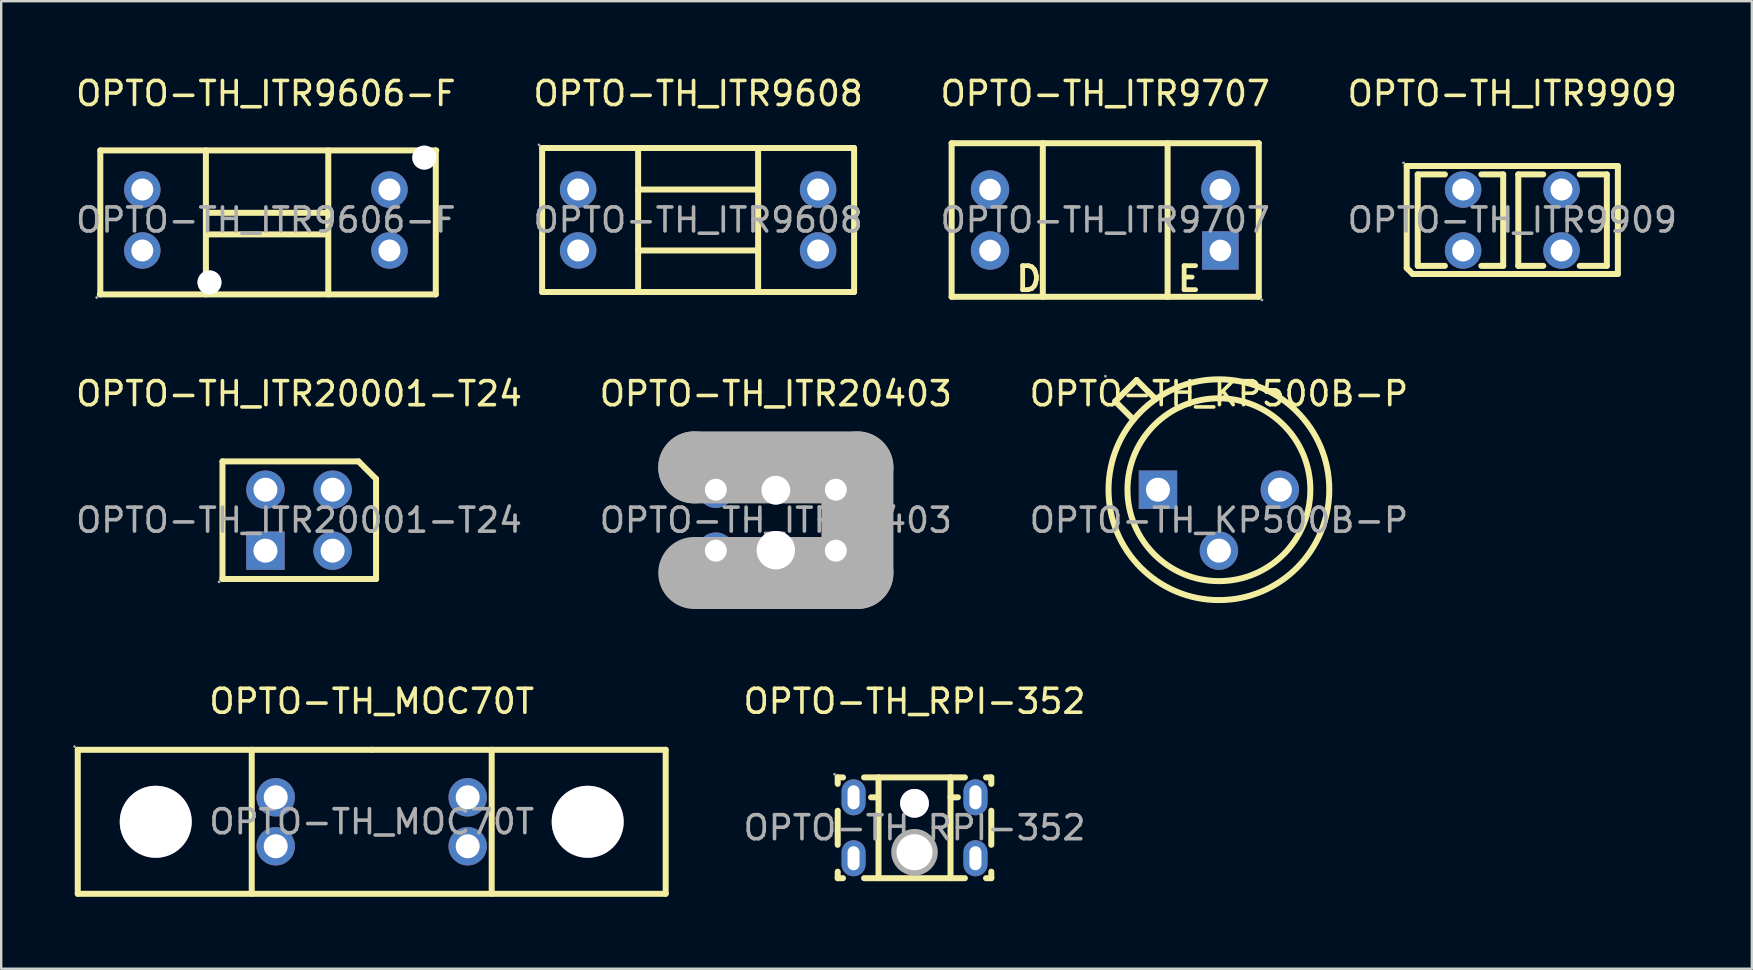
<source format=kicad_pcb>
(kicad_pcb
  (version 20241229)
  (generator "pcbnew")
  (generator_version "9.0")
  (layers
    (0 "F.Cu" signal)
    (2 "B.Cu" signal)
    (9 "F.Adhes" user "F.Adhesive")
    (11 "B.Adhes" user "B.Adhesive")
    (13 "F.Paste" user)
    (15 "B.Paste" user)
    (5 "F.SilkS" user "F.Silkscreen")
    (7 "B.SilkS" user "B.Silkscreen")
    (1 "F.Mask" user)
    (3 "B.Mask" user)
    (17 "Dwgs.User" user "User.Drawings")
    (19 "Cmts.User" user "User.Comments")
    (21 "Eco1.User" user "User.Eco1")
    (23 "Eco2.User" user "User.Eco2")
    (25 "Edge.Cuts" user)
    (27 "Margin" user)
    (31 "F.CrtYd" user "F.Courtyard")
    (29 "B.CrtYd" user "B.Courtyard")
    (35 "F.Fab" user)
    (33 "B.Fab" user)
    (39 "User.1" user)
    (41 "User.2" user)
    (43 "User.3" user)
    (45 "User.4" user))
  (footprint "OPTO-TH_ITR9608"
    (layer "F.Cu")
    (at 26.042 6.118)
    (property "Reference" "OPTO-TH_ITR9608" (at 0 -5.27 0) (layer "F.SilkS") (effects (font (size 1 1) (thickness 0.15))))
    (attr through_hole)
    (fp_line (start -6.5 -3) (end -6.5 3) (stroke (width 0.25) (type solid)) (layer "F.SilkS"))
    (fp_line (start -6.5 -3) (end 6.5 -3) (stroke (width 0.25) (type solid)) (layer "F.SilkS"))
    (fp_line (start -2.5 -3) (end -2.5 3) (stroke (width 0.25) (type solid)) (layer "F.SilkS"))
    (fp_line (start -2.5 -1.27) (end 2.5 -1.27) (stroke (width 0.25) (type solid)) (layer "F.SilkS"))
    (fp_line (start -2.5 1.27) (end 2.5 1.27) (stroke (width 0.25) (type solid)) (layer "F.SilkS"))
    (fp_line (start 2.5 -3) (end 2.5 3) (stroke (width 0.25) (type solid)) (layer "F.SilkS"))
    (fp_line (start 6.5 -3) (end 6.5 3) (stroke (width 0.25) (type solid)) (layer "F.SilkS"))
    (fp_line (start 6.5 3) (end -6.5 3) (stroke (width 0.25) (type solid)) (layer "F.SilkS"))
    (fp_circle (center -6.63 -3.13) (end -6.6 -3.13) (stroke (width 0.06) (type solid)) (fill no) (layer "F.Fab"))
    (fp_circle (center -5 -1.27) (end -4.82 -1.27) (stroke (width 0.36) (type solid)) (fill no) (layer "F.Fab"))
    (fp_circle (center -5 1.27) (end -4.82 1.27) (stroke (width 0.36) (type solid)) (fill no) (layer "F.Fab"))
    (fp_circle (center 5 -1.27) (end 5.18 -1.27) (stroke (width 0.36) (type solid)) (fill no) (layer "F.Fab"))
    (fp_circle (center 5 1.27) (end 5.18 1.27) (stroke (width 0.36) (type solid)) (fill no) (layer "F.Fab"))
    (fp_text user "${REFERENCE}" (at 0 0 0) (layer "F.Fab") (effects (font (size 1 1) (thickness 0.15))))
    (pad "1" thru_hole circle (at -5 -1.27) (size 1.52 1.52) (drill 0.914) (layers "*.Cu" "*.Paste" "*.Mask"))
    (pad "2" thru_hole circle (at -5 1.27) (size 1.52 1.52) (drill 0.914) (layers "*.Cu" "*.Paste" "*.Mask"))
    (pad "3" thru_hole circle (at 5 1.27) (size 1.52 1.52) (drill 0.914) (layers "*.Cu" "*.Paste" "*.Mask"))
    (pad "4" thru_hole circle (at 5 -1.27) (size 1.52 1.52) (drill 0.914) (layers "*.Cu" "*.Paste" "*.Mask")))
  (footprint "OPTO-TH_MOC70T"
    (layer "F.Cu")
    (at 12.44 31.195)
    (property "Reference" "OPTO-TH_MOC70T" (at 0 -5.02 0) (layer "F.SilkS") (effects (font (size 1 1) (thickness 0.15))))
    (attr through_hole)
    (fp_line (start -12.25 -3) (end 0 -3) (stroke (width 0.25) (type solid)) (layer "F.SilkS"))
    (fp_line (start -12.25 3) (end -12.25 -3) (stroke (width 0.25) (type solid)) (layer "F.SilkS"))
    (fp_line (start -5 -3) (end -5 3) (stroke (width 0.25) (type solid)) (layer "F.SilkS"))
    (fp_line (start 0 -3) (end 12.25 -3) (stroke (width 0.25) (type solid)) (layer "F.SilkS"))
    (fp_line (start 5 -3) (end 5 3) (stroke (width 0.25) (type solid)) (layer "F.SilkS"))
    (fp_line (start 12.25 -3) (end 12.25 3) (stroke (width 0.25) (type solid)) (layer "F.SilkS"))
    (fp_line (start 12.25 3) (end -12.25 3) (stroke (width 0.25) (type solid)) (layer "F.SilkS"))
    (fp_circle (center -12.38 -3.13) (end -12.35 -3.13) (stroke (width 0.06) (type solid)) (fill no) (layer "F.Fab"))
    (fp_circle (center -9 0) (end -8.3 0) (stroke (width 1.4) (type solid)) (fill no) (layer "F.Fab"))
    (fp_circle (center -4 -1.02) (end -3.8 -1.02) (stroke (width 0.4) (type solid)) (fill no) (layer "F.Fab"))
    (fp_circle (center -4 1.02) (end -3.8 1.02) (stroke (width 0.4) (type solid)) (fill no) (layer "F.Fab"))
    (fp_circle (center 4 -1.02) (end 4.2 -1.02) (stroke (width 0.4) (type solid)) (fill no) (layer "F.Fab"))
    (fp_circle (center 4 1.02) (end 4.2 1.02) (stroke (width 0.4) (type solid)) (fill no) (layer "F.Fab"))
    (fp_circle (center 9 0) (end 9.7 0) (stroke (width 1.4) (type solid)) (fill no) (layer "F.Fab"))
    (fp_text user "${REFERENCE}" (at 0 0 0) (layer "F.Fab") (effects (font (size 1 1) (thickness 0.15))))
    (pad "" thru_hole circle (at -9 0) (size 3 3) (drill 3) (layers "*.Cu" "*.Mask"))
    (pad "" thru_hole circle (at 9 0) (size 3 3) (drill 3) (layers "*.Cu" "*.Mask"))
    (pad "1" thru_hole circle (at -4 -1.02) (size 1.6 1.6) (drill 1) (layers "*.Cu" "*.Paste" "*.Mask"))
    (pad "2" thru_hole circle (at -4 1.02) (size 1.6 1.6) (drill 1) (layers "*.Cu" "*.Paste" "*.Mask"))
    (pad "3" thru_hole circle (at 4 1.02) (size 1.6 1.6) (drill 1) (layers "*.Cu" "*.Paste" "*.Mask"))
    (pad "4" thru_hole circle (at 4 -1.02) (size 1.6 1.6) (drill 1) (layers "*.Cu" "*.Paste" "*.Mask")))
  (footprint "OPTO-TH_ITR20403"
    (layer "F.Cu")
    (at 29.28 18.627)
    (property "Reference" "OPTO-TH_ITR20403" (at 0 -5.27 0) (layer "F.SilkS") (effects (font (size 1 1) (thickness 0.15))))
    (attr through_hole)
    (fp_line (start -3.4 -2.47) (end 3.4 -2.47) (stroke (width 0.25) (type solid)) (layer "F.SilkS"))
    (fp_line (start -3.4 -2.15) (end -3.4 -2.47) (stroke (width 0.25) (type solid)) (layer "F.SilkS"))
    (fp_line (start 3.4 -2.47) (end 3.4 -2.16) (stroke (width 0.25) (type solid)) (layer "F.SilkS"))
    (fp_circle (center -3.81 -1.4) (end -3.68 -1.4) (stroke (width 0.25) (type solid)) (fill no) (layer "F.SilkS"))
    (fp_line (start -3.4 -2.2) (end -3.4 -2.2) (stroke (width 3) (type solid)) (layer "F.Fab"))
    (fp_line (start -3.4 -2.2) (end 3.4 -2.2) (stroke (width 3) (type solid)) (layer "F.Fab"))
    (fp_line (start 3.4 -2.2) (end 3.4 2.2) (stroke (width 3) (type solid)) (layer "F.Fab"))
    (fp_line (start 3.4 2.2) (end -3.4 2.2) (stroke (width 3) (type solid)) (layer "F.Fab"))
    (fp_circle (center -4.06 -2.6) (end -4.03 -2.6) (stroke (width 0.06) (type solid)) (fill no) (layer "F.Fab"))
    (fp_circle (center -2.5 -1.27) (end -2.32 -1.27) (stroke (width 0.36) (type solid)) (fill no) (layer "F.Fab"))
    (fp_circle (center -2.5 1.27) (end -2.32 1.27) (stroke (width 0.36) (type solid)) (fill no) (layer "F.Fab"))
    (fp_circle (center 0 -1.25) (end 0.25 -1.25) (stroke (width 0.5) (type solid)) (fill no) (layer "F.Fab"))
    (fp_circle (center 0 1.25) (end 0.35 1.25) (stroke (width 0.7) (type solid)) (fill no) (layer "F.Fab"))
    (fp_circle (center 2.5 -1.27) (end 2.68 -1.27) (stroke (width 0.36) (type solid)) (fill no) (layer "F.Fab"))
    (fp_circle (center 2.5 1.27) (end 2.68 1.27) (stroke (width 0.36) (type solid)) (fill no) (layer "F.Fab"))
    (fp_text user "${REFERENCE}" (at 0 0 0) (layer "F.Fab") (effects (font (size 1 1) (thickness 0.15))))
    (pad "" thru_hole circle (at 0 -1.25) (size 1.2 1.2) (drill 1.2) (layers "*.Cu" "*.Mask"))
    (pad "" thru_hole circle (at 0 1.25) (size 1.6 1.6) (drill 1.6) (layers "*.Cu" "*.Mask"))
    (pad "1" thru_hole circle (at -2.5 -1.27) (size 1.52 1.52) (drill 0.914) (layers "*.Cu" "*.Paste" "*.Mask"))
    (pad "2" thru_hole circle (at -2.5 1.27) (size 1.52 1.52) (drill 0.914) (layers "*.Cu" "*.Paste" "*.Mask"))
    (pad "3" thru_hole circle (at 2.5 1.27) (size 1.52 1.52) (drill 0.914) (layers "*.Cu" "*.Paste" "*.Mask"))
    (pad "4" thru_hole circle (at 2.5 -1.27) (size 1.52 1.52) (drill 0.914) (layers "*.Cu" "*.Paste" "*.Mask")))
  (footprint "OPTO-TH_RPI-352"
    (layer "F.Cu")
    (at 35.059 31.445)
    (property "Reference" "OPTO-TH_RPI-352" (at 0 -5.27 0) (layer "F.SilkS") (effects (font (size 1 1) (thickness 0.15))))
    (attr through_hole)
    (fp_line (start -3.2 -2.1) (end -2.98 -2.1) (stroke (width 0.25) (type solid)) (layer "F.SilkS"))
    (fp_line (start -3.2 -1.83) (end -3.2 -2.1) (stroke (width 0.25) (type solid)) (layer "F.SilkS"))
    (fp_line (start -3.2 0.71) (end -3.2 -0.71) (stroke (width 0.25) (type solid)) (layer "F.SilkS"))
    (fp_line (start -3.2 2.1) (end -3.2 1.83) (stroke (width 0.25) (type solid)) (layer "F.SilkS"))
    (fp_line (start -2.98 2.1) (end -3.2 2.1) (stroke (width 0.25) (type solid)) (layer "F.SilkS"))
    (fp_line (start -2.1 -2.1) (end 2.1 -2.1) (stroke (width 0.25) (type solid)) (layer "F.SilkS"))
    (fp_line (start -1.52 -1.27) (end -1.81 -1.27) (stroke (width 0.25) (type solid)) (layer "F.SilkS"))
    (fp_line (start -1.5 -2.1) (end -1.5 2.1) (stroke (width 0.25) (type solid)) (layer "F.SilkS"))
    (fp_line (start 1.5 -2.1) (end 1.5 2.1) (stroke (width 0.25) (type solid)) (layer "F.SilkS"))
    (fp_line (start 1.5 -1.27) (end 1.81 -1.27) (stroke (width 0.25) (type solid)) (layer "F.SilkS"))
    (fp_line (start 2.1 2.1) (end -2.1 2.1) (stroke (width 0.25) (type solid)) (layer "F.SilkS"))
    (fp_line (start 2.98 -2.1) (end 3.2 -2.1) (stroke (width 0.25) (type solid)) (layer "F.SilkS"))
    (fp_line (start 3.2 -2.1) (end 3.2 -1.83) (stroke (width 0.25) (type solid)) (layer "F.SilkS"))
    (fp_line (start 3.2 -0.71) (end 3.2 0.71) (stroke (width 0.25) (type solid)) (layer "F.SilkS"))
    (fp_line (start 3.2 1.83) (end 3.2 2.1) (stroke (width 0.25) (type solid)) (layer "F.SilkS"))
    (fp_line (start 3.2 2.1) (end 2.98 2.1) (stroke (width 0.25) (type solid)) (layer "F.SilkS"))
    (fp_circle (center -3.33 -2.23) (end -3.3 -2.23) (stroke (width 0.06) (type solid)) (fill no) (layer "F.Fab"))
    (fp_circle (center 0 -1.02) (end 0.25 -1.02) (stroke (width 0.5) (type solid)) (fill no) (layer "F.Fab"))
    (fp_circle (center 0 1.02) (end 0.32 1.02) (stroke (width 0.65) (type solid)) (fill no) (layer "F.Fab"))
    (fp_text user "${REFERENCE}" (at 0 0 0) (layer "F.Fab") (effects (font (size 1 1) (thickness 0.15))))
    (pad "" thru_hole circle (at 0 -1.02) (size 1.2 1.2) (drill 1.2) (layers "*.Cu" "*.Mask"))
    (pad "" thru_hole circle (at 0 1.02) (size 1.5 1.5) (drill 1.5) (layers "*.Cu" "*.Mask"))
    (pad "1" thru_hole oval (at -2.54 -1.27 90) (size 1.5 1) (drill oval 1 0.5) (layers "*.Cu" "*.Paste" "*.Mask"))
    (pad "2" thru_hole oval (at -2.54 1.27 90) (size 1.5 1) (drill oval 1 0.5) (layers "*.Cu" "*.Paste" "*.Mask"))
    (pad "3" thru_hole oval (at 2.54 1.27 90) (size 1.5 1) (drill oval 1 0.5) (layers "*.Cu" "*.Paste" "*.Mask"))
    (pad "4" thru_hole oval (at 2.54 -1.27 90) (size 1.5 1) (drill oval 1 0.5) (layers "*.Cu" "*.Paste" "*.Mask")))
  (footprint "OPTO-TH_ITR20001-T24"
    (layer "F.Cu")
    (at 9.411 18.627)
    (property "Reference" "OPTO-TH_ITR20001-T24" (at 0 -5.27 0) (layer "F.SilkS") (effects (font (size 1 1) (thickness 0.15))))
    (attr through_hole)
    (fp_line (start -3.19 -2.45) (end -3.19 2.45) (stroke (width 0.25) (type solid)) (layer "F.SilkS"))
    (fp_line (start -3.19 -2.45) (end 2.48 -2.45) (stroke (width 0.25) (type solid)) (layer "F.SilkS"))
    (fp_line (start -3.19 2.45) (end 3.21 2.45) (stroke (width 0.25) (type solid)) (layer "F.SilkS"))
    (fp_line (start 2.48 -2.45) (end 3.21 -1.72) (stroke (width 0.25) (type solid)) (layer "F.SilkS"))
    (fp_line (start 3.21 -1.72) (end 3.21 2.45) (stroke (width 0.25) (type solid)) (layer "F.SilkS"))
    (fp_circle (center -3.33 2.57) (end -3.3 2.57) (stroke (width 0.06) (type solid)) (fill no) (layer "F.Fab"))
    (fp_circle (center -1.4 -1.27) (end -1.2 -1.27) (stroke (width 0.4) (type solid)) (fill no) (layer "F.Fab"))
    (fp_circle (center -1.4 1.27) (end -1.2 1.27) (stroke (width 0.4) (type solid)) (fill no) (layer "F.Fab"))
    (fp_circle (center 1.4 -1.27) (end 1.6 -1.27) (stroke (width 0.4) (type solid)) (fill no) (layer "F.Fab"))
    (fp_circle (center 1.4 1.27) (end 1.6 1.27) (stroke (width 0.4) (type solid)) (fill no) (layer "F.Fab"))
    (fp_text user "${REFERENCE}" (at 0 0 0) (layer "F.Fab") (effects (font (size 1 1) (thickness 0.15))))
    (pad "1" thru_hole rect (at -1.4 1.27) (size 1.6 1.6) (drill 1) (layers "*.Cu" "*.Paste" "*.Mask"))
    (pad "2" thru_hole circle (at -1.4 -1.27) (size 1.6 1.6) (drill 1) (layers "*.Cu" "*.Paste" "*.Mask"))
    (pad "3" thru_hole circle (at 1.4 -1.27) (size 1.6 1.6) (drill 1) (layers "*.Cu" "*.Paste" "*.Mask"))
    (pad "4" thru_hole circle (at 1.4 1.27) (size 1.6 1.6) (drill 1) (layers "*.Cu" "*.Paste" "*.Mask")))
  (footprint "OPTO-TH_KP500B-P"
    (layer "F.Cu")
    (at 47.744 18.627)
    (property "Reference" "OPTO-TH_KP500B-P" (at 0 -5.27 0) (layer "F.SilkS") (effects (font (size 1 1) (thickness 0.15))))
    (attr through_hole)
    (fp_line (start -4.32 -4.95) (end -3.43 -5.84) (stroke (width 0.25) (type solid)) (layer "F.SilkS"))
    (fp_line (start -3.56 -4.19) (end -4.32 -4.95) (stroke (width 0.25) (type solid)) (layer "F.SilkS"))
    (fp_line (start -3.43 -5.84) (end -2.67 -5.08) (stroke (width 0.25) (type solid)) (layer "F.SilkS"))
    (fp_circle (center 0 -1.27) (end 3.81 -1.27) (stroke (width 0.25) (type solid)) (fill no) (layer "F.SilkS"))
    (fp_circle (center 0 -1.27) (end 4.6 -1.27) (stroke (width 0.25) (type solid)) (fill no) (layer "F.SilkS"))
    (fp_circle (center -4.73 -6) (end -4.7 -6) (stroke (width 0.06) (type solid)) (fill no) (layer "F.Fab"))
    (fp_circle (center -2.54 -1.27) (end -2.34 -1.27) (stroke (width 0.4) (type solid)) (fill no) (layer "F.Fab"))
    (fp_circle (center 0 1.27) (end 0.2 1.27) (stroke (width 0.4) (type solid)) (fill no) (layer "F.Fab"))
    (fp_circle (center 2.54 -1.27) (end 2.74 -1.27) (stroke (width 0.4) (type solid)) (fill no) (layer "F.Fab"))
    (fp_text user "${REFERENCE}" (at 0 0 0) (layer "F.Fab") (effects (font (size 1 1) (thickness 0.15))))
    (pad "1" thru_hole rect (at -2.54 -1.27) (size 1.6 1.6) (drill 1) (layers "*.Cu" "*.Paste" "*.Mask"))
    (pad "2" thru_hole circle (at 0 1.27) (size 1.6 1.6) (drill 1) (layers "*.Cu" "*.Paste" "*.Mask"))
    (pad "3" thru_hole circle (at 2.54 -1.27) (size 1.6 1.6) (drill 1) (layers "*.Cu" "*.Paste" "*.Mask")))
  (footprint "OPTO-TH_ITR9707"
    (layer "F.Cu")
    (at 43.006 6.118)
    (property "Reference" "OPTO-TH_ITR9707" (at 0 -5.27 0) (layer "F.SilkS") (effects (font (size 1 1) (thickness 0.15))))
    (attr through_hole)
    (fp_line (start -6.4 -3.2) (end 6.4 -3.2) (stroke (width 0.25) (type solid)) (layer "F.SilkS"))
    (fp_line (start -6.4 3.2) (end -6.4 -3.2) (stroke (width 0.25) (type solid)) (layer "F.SilkS"))
    (fp_line (start -6.4 3.2) (end 6.4 3.2) (stroke (width 0.25) (type solid)) (layer "F.SilkS"))
    (fp_line (start -2.6 3.2) (end -2.6 -3.2) (stroke (width 0.25) (type solid)) (layer "F.SilkS"))
    (fp_line (start 2.6 3.2) (end 2.6 -3.2) (stroke (width 0.25) (type solid)) (layer "F.SilkS"))
    (fp_line (start 6.4 3.2) (end 6.4 -3.2) (stroke (width 0.25) (type solid)) (layer "F.SilkS"))
    (fp_circle (center -4.8 -1.27) (end -4.62 -1.27) (stroke (width 0.35) (type solid)) (fill no) (layer "F.Fab"))
    (fp_circle (center -4.8 1.27) (end -4.62 1.27) (stroke (width 0.35) (type solid)) (fill no) (layer "F.Fab"))
    (fp_circle (center 4.8 -1.27) (end 4.98 -1.27) (stroke (width 0.35) (type solid)) (fill no) (layer "F.Fab"))
    (fp_circle (center 4.8 1.27) (end 4.98 1.27) (stroke (width 0.35) (type solid)) (fill no) (layer "F.Fab"))
    (fp_circle (center 6.53 3.33) (end 6.56 3.33) (stroke (width 0.06) (type solid)) (fill no) (layer "F.Fab"))
    (fp_text user "E" (at 2.92 2.45 0) (layer "F.SilkS") (effects (font (size 1 1) (thickness 0.2)) (justify left)))
    (fp_text user "D" (at -3.81 2.45 0) (layer "F.SilkS") (effects (font (size 1 1) (thickness 0.2)) (justify left)))
    (fp_text user "${REFERENCE}" (at 0 0 0) (layer "F.Fab") (effects (font (size 1 1) (thickness 0.15))))
    (pad "1" thru_hole rect (at 4.8 1.27) (size 1.52 1.6) (drill 0.9) (layers "*.Cu" "*.Paste" "*.Mask"))
    (pad "2" thru_hole circle (at 4.8 -1.27 180) (size 1.6 1.6) (drill 0.9) (layers "*.Cu" "*.Paste" "*.Mask"))
    (pad "3" thru_hole circle (at -4.8 -1.27 180) (size 1.6 1.6) (drill 0.9) (layers "*.Cu" "*.Paste" "*.Mask"))
    (pad "4" thru_hole circle (at -4.8 1.27 180) (size 1.6 1.6) (drill 0.9) (layers "*.Cu" "*.Paste" "*.Mask")))
  (footprint "OPTO-TH_ITR9606-F"
    (layer "F.Cu")
    (at 8.03 6.118)
    (property "Reference" "OPTO-TH_ITR9606-F" (at 0 -5.27 0) (layer "F.SilkS") (effects (font (size 1 1) (thickness 0.15))))
    (attr through_hole)
    (fp_line (start -6.9 -2.9) (end -6.9 3.1) (stroke (width 0.25) (type solid)) (layer "F.SilkS"))
    (fp_line (start -6.9 -2.9) (end 7.1 -2.9) (stroke (width 0.25) (type solid)) (layer "F.SilkS"))
    (fp_line (start -2.5 -2.9) (end -2.5 3.1) (stroke (width 0.25) (type solid)) (layer "F.SilkS"))
    (fp_line (start -2.5 -0.3) (end 2.6 -0.3) (stroke (width 0.25) (type solid)) (layer "F.SilkS"))
    (fp_line (start -2.4 0.6) (end 2.5 0.6) (stroke (width 0.25) (type solid)) (layer "F.SilkS"))
    (fp_line (start 2.6 -2.9) (end 2.6 3.1) (stroke (width 0.25) (type solid)) (layer "F.SilkS"))
    (fp_line (start 7.08 3.1) (end -6.92 3.1) (stroke (width 0.25) (type solid)) (layer "F.SilkS"))
    (fp_line (start 7.08 3.1) (end 7.08 -2.9) (stroke (width 0.25) (type solid)) (layer "F.SilkS"))
    (fp_circle (center -7.05 3.23) (end -7.02 3.23) (stroke (width 0.06) (type solid)) (fill no) (layer "F.Fab"))
    (fp_circle (center -5.1 -1.3) (end -4.92 -1.3) (stroke (width 0.36) (type solid)) (fill no) (layer "F.Fab"))
    (fp_circle (center -5.1 1.3) (end -4.92 1.3) (stroke (width 0.36) (type solid)) (fill no) (layer "F.Fab"))
    (fp_circle (center 5.1 -1.3) (end 5.28 -1.3) (stroke (width 0.36) (type solid)) (fill no) (layer "F.Fab"))
    (fp_circle (center 5.1 1.3) (end 5.28 1.3) (stroke (width 0.36) (type solid)) (fill no) (layer "F.Fab"))
    (fp_text user "${REFERENCE}" (at 0 0 0) (layer "F.Fab") (effects (font (size 1 1) (thickness 0.15))))
    (pad "" thru_hole circle (at -2.35 2.6) (size 1 1) (drill 1) (layers "*.Cu" "*.Mask"))
    (pad "" thru_hole circle (at 6.6 -2.6) (size 1 1) (drill 1) (layers "*.Cu" "*.Mask"))
    (pad "1" thru_hole circle (at -5.15 -1.27) (size 1.52 1.52) (drill 0.914) (layers "*.Cu" "*.Paste" "*.Mask"))
    (pad "2" thru_hole circle (at -5.15 1.27) (size 1.52 1.52) (drill 0.914) (layers "*.Cu" "*.Paste" "*.Mask"))
    (pad "3" thru_hole circle (at 5.15 1.27) (size 1.52 1.52) (drill 0.914) (layers "*.Cu" "*.Paste" "*.Mask"))
    (pad "4" thru_hole circle (at 5.15 -1.27) (size 1.52 1.52) (drill 0.914) (layers "*.Cu" "*.Paste" "*.Mask")))
  (footprint "OPTO-TH_ITR9909"
    (layer "F.Cu")
    (at 59.97 6.118)
    (property "Reference" "OPTO-TH_ITR9909" (at 0 -5.27 0) (layer "F.SilkS") (effects (font (size 1 1) (thickness 0.15))))
    (attr through_hole)
    (fp_line (start -4.4 -2.25) (end 4.4 -2.25) (stroke (width 0.25) (type solid)) (layer "F.SilkS"))
    (fp_line (start -4.4 2) (end -4.4 -2.25) (stroke (width 0.25) (type solid)) (layer "F.SilkS"))
    (fp_line (start -4.15 2.25) (end -4.4 2) (stroke (width 0.25) (type solid)) (layer "F.SilkS"))
    (fp_line (start -4 2.25) (end -4.15 2.25) (stroke (width 0.25) (type solid)) (layer "F.SilkS"))
    (fp_line (start -3.94 -1.9) (end -3.94 1.91) (stroke (width 0.25) (type solid)) (layer "F.SilkS"))
    (fp_line (start -2.81 -1.9) (end -3.94 -1.9) (stroke (width 0.25) (type solid)) (layer "F.SilkS"))
    (fp_line (start -2.81 1.91) (end -3.94 1.91) (stroke (width 0.25) (type solid)) (layer "F.SilkS"))
    (fp_line (start -0.38 -1.9) (end -1.29 -1.9) (stroke (width 0.25) (type solid)) (layer "F.SilkS"))
    (fp_line (start -0.38 1.91) (end -1.29 1.91) (stroke (width 0.25) (type solid)) (layer "F.SilkS"))
    (fp_line (start -0.38 1.91) (end -0.38 -1.9) (stroke (width 0.25) (type solid)) (layer "F.SilkS"))
    (fp_line (start 0.25 -1.9) (end 0.25 1.91) (stroke (width 0.25) (type solid)) (layer "F.SilkS"))
    (fp_line (start 1.29 -1.9) (end 0.25 -1.9) (stroke (width 0.25) (type solid)) (layer "F.SilkS"))
    (fp_line (start 1.29 1.91) (end 0.25 1.91) (stroke (width 0.25) (type solid)) (layer "F.SilkS"))
    (fp_line (start 3.94 -1.9) (end 2.81 -1.9) (stroke (width 0.25) (type solid)) (layer "F.SilkS"))
    (fp_line (start 3.94 1.91) (end 2.81 1.91) (stroke (width 0.25) (type solid)) (layer "F.SilkS"))
    (fp_line (start 3.94 1.91) (end 3.94 -1.9) (stroke (width 0.25) (type solid)) (layer "F.SilkS"))
    (fp_line (start 4.4 -2.25) (end 4.4 2.25) (stroke (width 0.25) (type solid)) (layer "F.SilkS"))
    (fp_line (start 4.4 2.25) (end -4 2.25) (stroke (width 0.25) (type solid)) (layer "F.SilkS"))
    (fp_circle (center -4.53 -2.38) (end -4.5 -2.38) (stroke (width 0.06) (type solid)) (fill no) (layer "F.Fab"))
    (fp_circle (center -2.05 -1.27) (end -1.87 -1.27) (stroke (width 0.36) (type solid)) (fill no) (layer "F.Fab"))
    (fp_circle (center -2.05 1.27) (end -1.87 1.27) (stroke (width 0.36) (type solid)) (fill no) (layer "F.Fab"))
    (fp_circle (center 2.05 -1.27) (end 2.23 -1.27) (stroke (width 0.36) (type solid)) (fill no) (layer "F.Fab"))
    (fp_circle (center 2.05 1.27) (end 2.23 1.27) (stroke (width 0.36) (type solid)) (fill no) (layer "F.Fab"))
    (fp_text user "${REFERENCE}" (at 0 0 0) (layer "F.Fab") (effects (font (size 1 1) (thickness 0.15))))
    (pad "1" thru_hole circle (at -2.05 -1.27 180) (size 1.52 1.52) (drill 0.914) (layers "*.Cu" "*.Paste" "*.Mask"))
    (pad "2" thru_hole circle (at -2.05 1.27 180) (size 1.52 1.52) (drill 0.914) (layers "*.Cu" "*.Paste" "*.Mask"))
    (pad "3" thru_hole circle (at 2.05 1.27 180) (size 1.52 1.52) (drill 0.914) (layers "*.Cu" "*.Paste" "*.Mask"))
    (pad "4" thru_hole circle (at 2.05 -1.27 180) (size 1.52 1.52) (drill 0.914) (layers "*.Cu" "*.Paste" "*.Mask")))
  (gr_rect
    (start -3 -3)
    (end 69.952 37.32)
    (stroke (width 0.1) (type default))
    (fill no)
    (layer "Edge.Cuts")))
</source>
